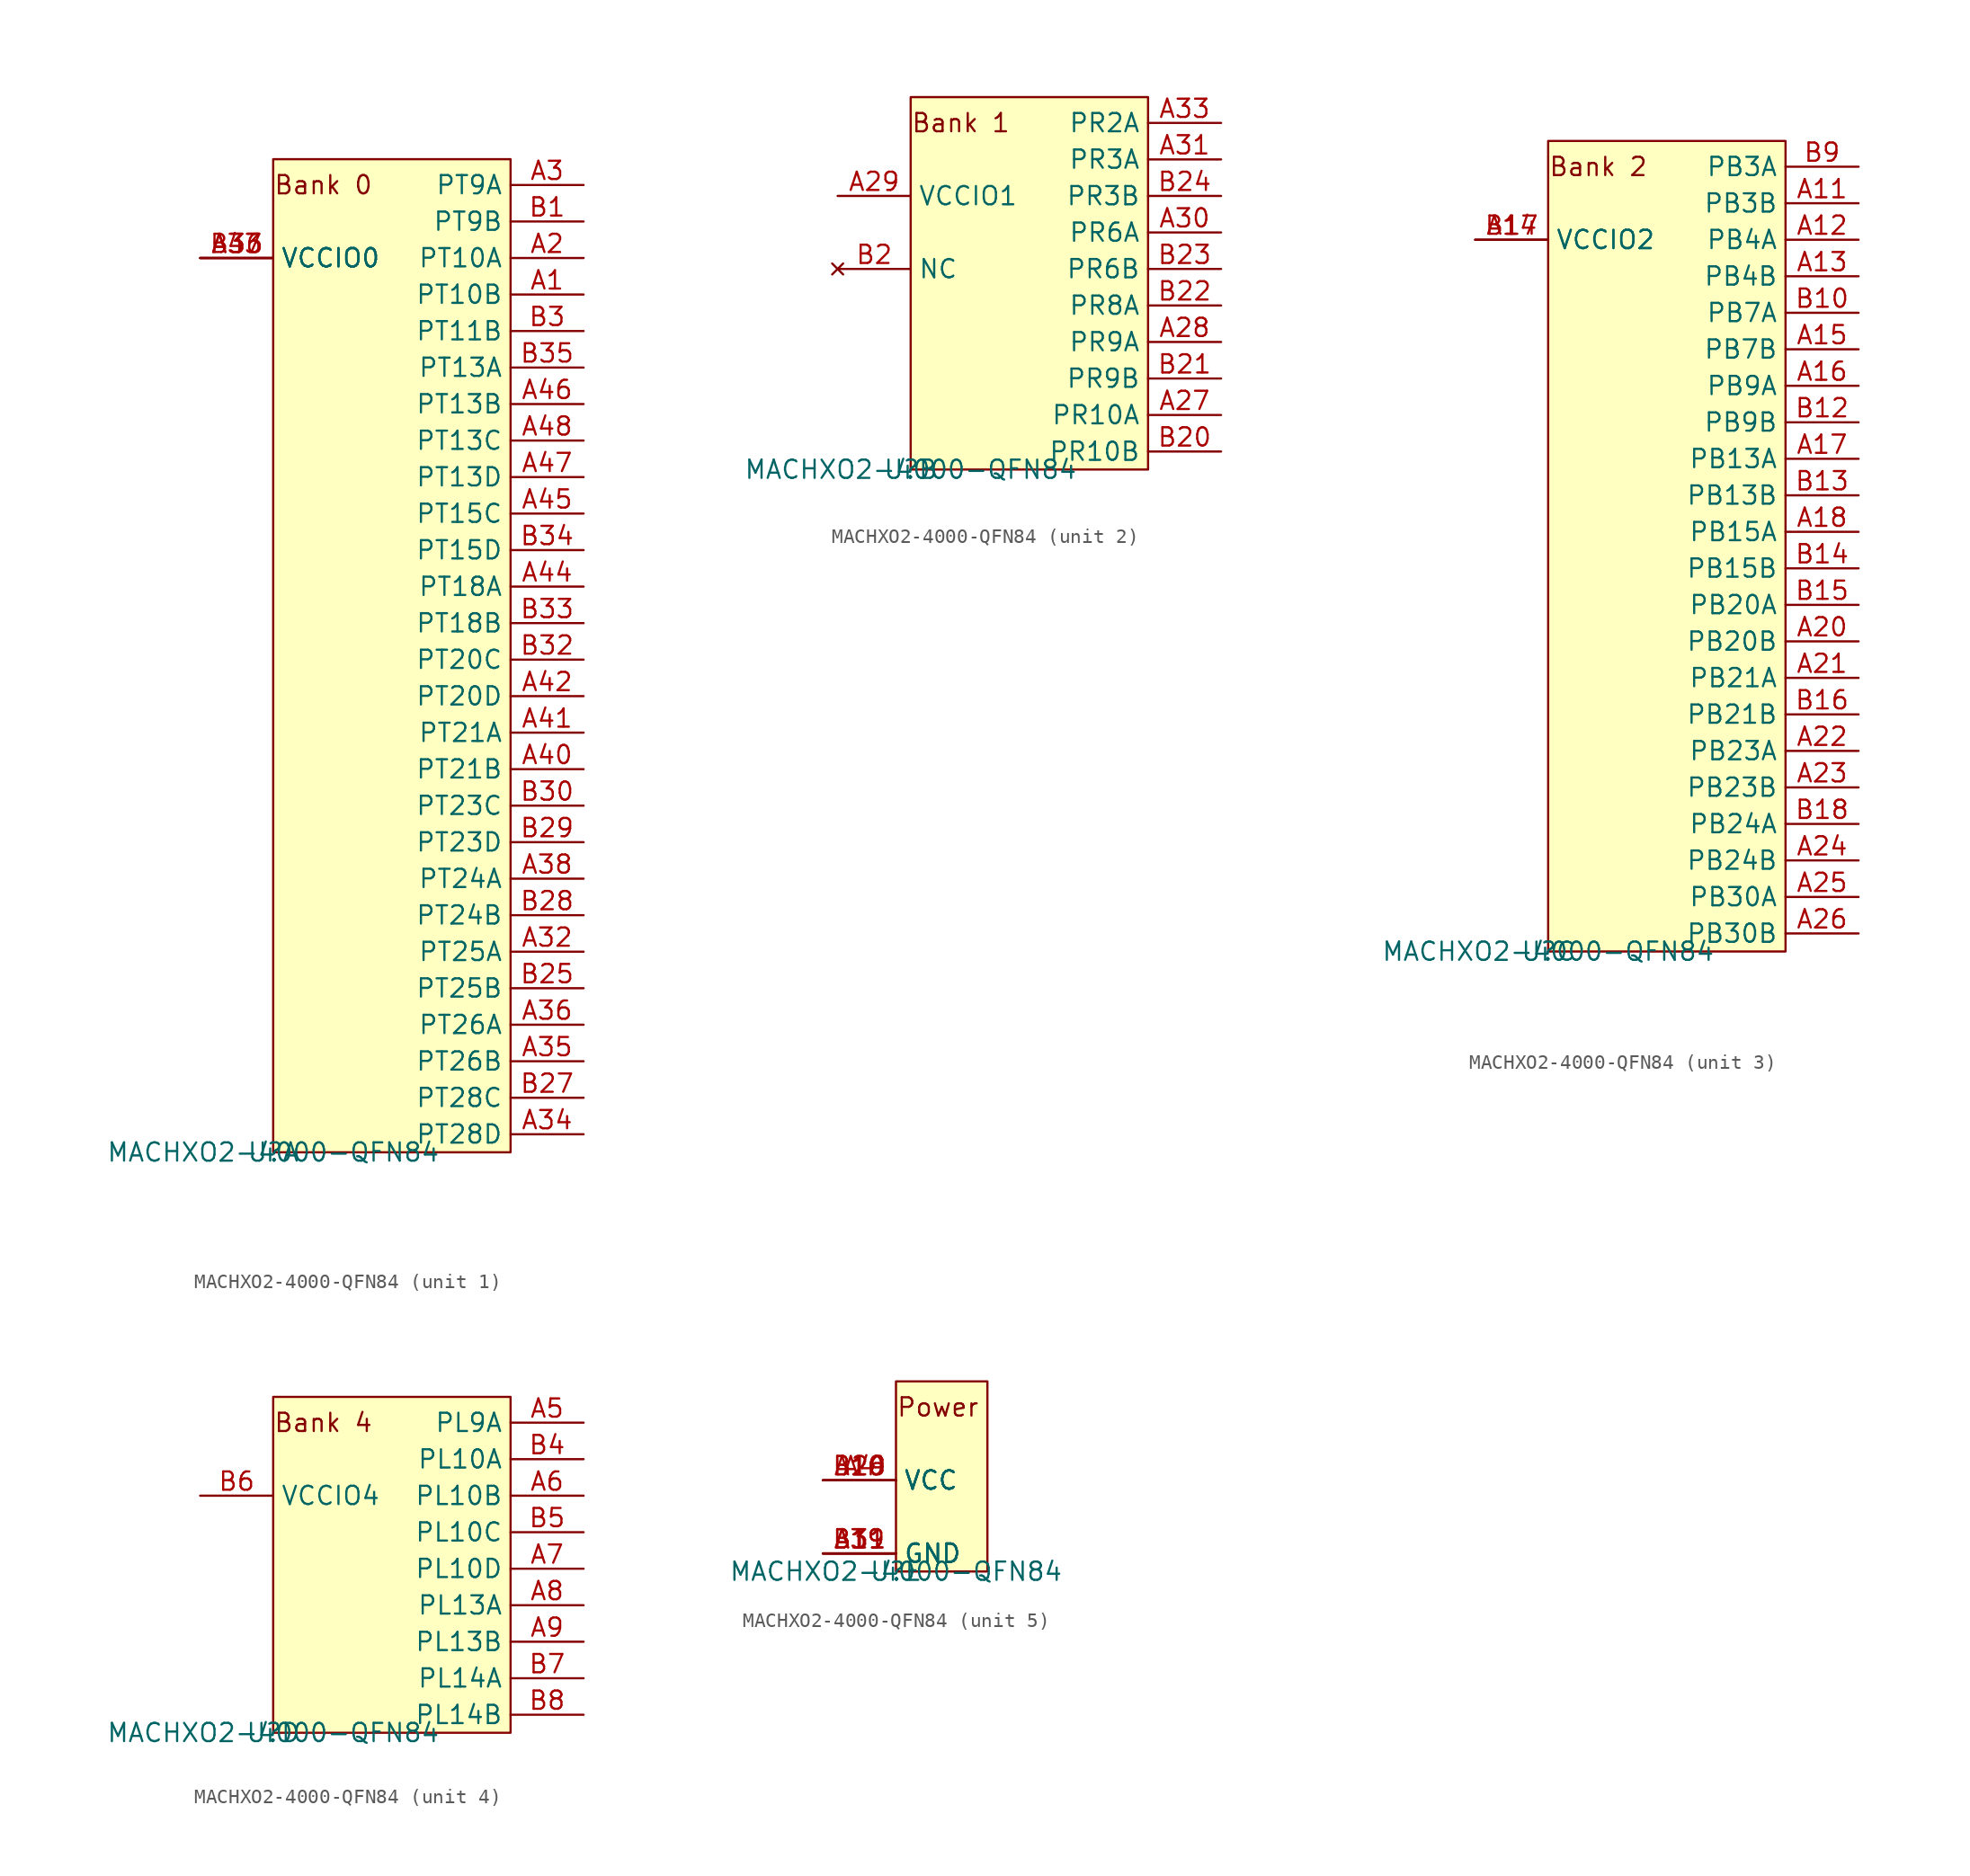
<source format=kicad_sym>
(kicad_symbol_lib
  (version 20211014)
  (generator kicad_symbol_editor)
  (symbol "MACHXO2-4000-QFN84"
    (property "Reference" "U"
      (at 0 0 0)
      (effects (font (size 1.27 1.27))))
    (property "Value" "MACHXO2-4000-QFN84"
      (at 0 0 0)
      (effects (font (size 1.27 1.27))))
    (property "ki_locked" ""
      (at 0 0 0)
      (effects (font (size 1.27 1.27))))
    (symbol "MACHXO2-4000-QFN84_1_0"
      (pin power_in line (at -5.08 62.214 0) (length 5.08) (name "VCCIO0" (effects (font (size 1.27 1.27)))) (number "A37" (effects (font (size 1.27 1.27)))))
      (pin power_in line (at -5.08 62.214 0) (length 5.08) (name "VCCIO0" (effects (font (size 1.27 1.27)))) (number "A43" (effects (font (size 1.27 1.27)))))
      (pin power_in line (at -5.08 62.214 0) (length 5.08) (name "VCCIO0" (effects (font (size 1.27 1.27)))) (number "B36" (effects (font (size 1.27 1.27)))))
      (pin bidirectional line (at 21.59 67.294 180) (length 5.08) (name "PT9A" (effects (font (size 1.27 1.27)))) (number "A3" (effects (font (size 1.27 1.27)))))
      (pin bidirectional line (at 21.59 64.754 180) (length 5.08) (name "PT9B" (effects (font (size 1.27 1.27)))) (number "B1" (effects (font (size 1.27 1.27)))))
      (pin bidirectional line (at 21.59 62.214 180) (length 5.08) (name "PT10A" (effects (font (size 1.27 1.27)))) (number "A2" (effects (font (size 1.27 1.27)))))
      (pin bidirectional line (at 21.59 59.674 180) (length 5.08) (name "PT10B" (effects (font (size 1.27 1.27)))) (number "A1" (effects (font (size 1.27 1.27)))))
      (pin bidirectional line (at 21.59 57.134 180) (length 5.08) (name "PT11B" (effects (font (size 1.27 1.27)))) (number "B3" (effects (font (size 1.27 1.27)))))
      (pin bidirectional line (at 21.59 54.594 180) (length 5.08) (name "PT13A" (effects (font (size 1.27 1.27)))) (number "B35" (effects (font (size 1.27 1.27)))))
      (pin bidirectional line (at 21.59 52.054 180) (length 5.08) (name "PT13B" (effects (font (size 1.27 1.27)))) (number "A46" (effects (font (size 1.27 1.27)))))
      (pin bidirectional line (at 21.59 49.514 180) (length 5.08) (name "PT13C" (effects (font (size 1.27 1.27)))) (number "A48" (effects (font (size 1.27 1.27)))))
      (pin bidirectional line (at 21.59 46.974 180) (length 5.08) (name "PT13D" (effects (font (size 1.27 1.27)))) (number "A47" (effects (font (size 1.27 1.27)))))
      (pin bidirectional line (at 21.59 44.434 180) (length 5.08) (name "PT15C" (effects (font (size 1.27 1.27)))) (number "A45" (effects (font (size 1.27 1.27)))))
      (pin bidirectional line (at 21.59 41.894 180) (length 5.08) (name "PT15D" (effects (font (size 1.27 1.27)))) (number "B34" (effects (font (size 1.27 1.27)))))
      (pin bidirectional line (at 21.59 39.354 180) (length 5.08) (name "PT18A" (effects (font (size 1.27 1.27)))) (number "A44" (effects (font (size 1.27 1.27)))))
      (pin bidirectional line (at 21.59 36.814 180) (length 5.08) (name "PT18B" (effects (font (size 1.27 1.27)))) (number "B33" (effects (font (size 1.27 1.27)))))
      (pin bidirectional line (at 21.59 34.274 180) (length 5.08) (name "PT20C" (effects (font (size 1.27 1.27)))) (number "B32" (effects (font (size 1.27 1.27)))))
      (pin bidirectional line (at 21.59 31.734 180) (length 5.08) (name "PT20D" (effects (font (size 1.27 1.27)))) (number "A42" (effects (font (size 1.27 1.27)))))
      (pin bidirectional line (at 21.59 29.194 180) (length 5.08) (name "PT21A" (effects (font (size 1.27 1.27)))) (number "A41" (effects (font (size 1.27 1.27)))))
      (pin bidirectional line (at 21.59 26.654 180) (length 5.08) (name "PT21B" (effects (font (size 1.27 1.27)))) (number "A40" (effects (font (size 1.27 1.27)))))
      (pin bidirectional line (at 21.59 24.114 180) (length 5.08) (name "PT23C" (effects (font (size 1.27 1.27)))) (number "B30" (effects (font (size 1.27 1.27)))))
      (pin bidirectional line (at 21.59 21.574 180) (length 5.08) (name "PT23D" (effects (font (size 1.27 1.27)))) (number "B29" (effects (font (size 1.27 1.27)))))
      (pin bidirectional line (at 21.59 19.034 180) (length 5.08) (name "PT24A" (effects (font (size 1.27 1.27)))) (number "A38" (effects (font (size 1.27 1.27)))))
      (pin bidirectional line (at 21.59 16.494 180) (length 5.08) (name "PT24B" (effects (font (size 1.27 1.27)))) (number "B28" (effects (font (size 1.27 1.27)))))
      (pin bidirectional line (at 21.59 13.954 180) (length 5.08) (name "PT25A" (effects (font (size 1.27 1.27)))) (number "A32" (effects (font (size 1.27 1.27)))))
      (pin bidirectional line (at 21.59 11.414 180) (length 5.08) (name "PT25B" (effects (font (size 1.27 1.27)))) (number "B25" (effects (font (size 1.27 1.27)))))
      (pin bidirectional line (at 21.59 8.874 180) (length 5.08) (name "PT26A" (effects (font (size 1.27 1.27)))) (number "A36" (effects (font (size 1.27 1.27)))))
      (pin bidirectional line (at 21.59 6.334 180) (length 5.08) (name "PT26B" (effects (font (size 1.27 1.27)))) (number "A35" (effects (font (size 1.27 1.27)))))
      (pin bidirectional line (at 21.59 3.794 180) (length 5.08) (name "PT28C" (effects (font (size 1.27 1.27)))) (number "B27" (effects (font (size 1.27 1.27)))))
      (pin bidirectional line (at 21.59 1.254 180) (length 5.08) (name "PT28D" (effects (font (size 1.27 1.27)))) (number "A34" (effects (font (size 1.27 1.27))))))
    (symbol "MACHXO2-4000-QFN84_1_1"
      (rectangle (start 0 0) (end 16.51 69.088) (stroke (width 0) (type default) (color 0 0 0 0)) (fill (type background)))
      (text "Bank 0" (at 0 67.294 0) (effects (font (size 1.27 1.27)) (justify left))))
    (symbol "MACHXO2-4000-QFN84_2_0"
      (pin power_in line (at -5.08 19.034 0) (length 5.08) (name "VCCIO1" (effects (font (size 1.27 1.27)))) (number "A29" (effects (font (size 1.27 1.27)))))
      (pin no_connect line (at -5.08 13.954 0) (length 5.08) (name "NC" (effects (font (size 1.27 1.27)))) (number "B2" (effects (font (size 1.27 1.27)))))
      (pin bidirectional line (at 21.59 24.114 180) (length 5.08) (name "PR2A" (effects (font (size 1.27 1.27)))) (number "A33" (effects (font (size 1.27 1.27)))))
      (pin bidirectional line (at 21.59 21.574 180) (length 5.08) (name "PR3A" (effects (font (size 1.27 1.27)))) (number "A31" (effects (font (size 1.27 1.27)))))
      (pin bidirectional line (at 21.59 19.034 180) (length 5.08) (name "PR3B" (effects (font (size 1.27 1.27)))) (number "B24" (effects (font (size 1.27 1.27)))))
      (pin bidirectional line (at 21.59 16.494 180) (length 5.08) (name "PR6A" (effects (font (size 1.27 1.27)))) (number "A30" (effects (font (size 1.27 1.27)))))
      (pin bidirectional line (at 21.59 13.954 180) (length 5.08) (name "PR6B" (effects (font (size 1.27 1.27)))) (number "B23" (effects (font (size 1.27 1.27)))))
      (pin bidirectional line (at 21.59 11.414 180) (length 5.08) (name "PR8A" (effects (font (size 1.27 1.27)))) (number "B22" (effects (font (size 1.27 1.27)))))
      (pin bidirectional line (at 21.59 8.874 180) (length 5.08) (name "PR9A" (effects (font (size 1.27 1.27)))) (number "A28" (effects (font (size 1.27 1.27)))))
      (pin bidirectional line (at 21.59 6.334 180) (length 5.08) (name "PR9B" (effects (font (size 1.27 1.27)))) (number "B21" (effects (font (size 1.27 1.27)))))
      (pin bidirectional line (at 21.59 3.794 180) (length 5.08) (name "PR10A" (effects (font (size 1.27 1.27)))) (number "A27" (effects (font (size 1.27 1.27)))))
      (pin bidirectional line (at 21.59 1.254 180) (length 5.08) (name "PR10B" (effects (font (size 1.27 1.27)))) (number "B20" (effects (font (size 1.27 1.27))))))
    (symbol "MACHXO2-4000-QFN84_2_1"
      (rectangle (start 0 0) (end 16.51 25.908) (stroke (width 0) (type default) (color 0 0 0 0)) (fill (type background)))
      (text "Bank 1" (at 0 24.114 0) (effects (font (size 1.27 1.27)) (justify left))))
    (symbol "MACHXO2-4000-QFN84_3_0"
      (pin power_in line (at -5.08 49.514 0) (length 5.08) (name "VCCIO2" (effects (font (size 1.27 1.27)))) (number "A14" (effects (font (size 1.27 1.27)))))
      (pin power_in line (at -5.08 49.514 0) (length 5.08) (name "VCCIO2" (effects (font (size 1.27 1.27)))) (number "B17" (effects (font (size 1.27 1.27)))))
      (pin bidirectional line (at 21.59 54.594 180) (length 5.08) (name "PB3A" (effects (font (size 1.27 1.27)))) (number "B9" (effects (font (size 1.27 1.27)))))
      (pin bidirectional line (at 21.59 52.054 180) (length 5.08) (name "PB3B" (effects (font (size 1.27 1.27)))) (number "A11" (effects (font (size 1.27 1.27)))))
      (pin bidirectional line (at 21.59 49.514 180) (length 5.08) (name "PB4A" (effects (font (size 1.27 1.27)))) (number "A12" (effects (font (size 1.27 1.27)))))
      (pin bidirectional line (at 21.59 46.974 180) (length 5.08) (name "PB4B" (effects (font (size 1.27 1.27)))) (number "A13" (effects (font (size 1.27 1.27)))))
      (pin bidirectional line (at 21.59 44.434 180) (length 5.08) (name "PB7A" (effects (font (size 1.27 1.27)))) (number "B10" (effects (font (size 1.27 1.27)))))
      (pin bidirectional line (at 21.59 41.894 180) (length 5.08) (name "PB7B" (effects (font (size 1.27 1.27)))) (number "A15" (effects (font (size 1.27 1.27)))))
      (pin bidirectional line (at 21.59 39.354 180) (length 5.08) (name "PB9A" (effects (font (size 1.27 1.27)))) (number "A16" (effects (font (size 1.27 1.27)))))
      (pin bidirectional line (at 21.59 36.814 180) (length 5.08) (name "PB9B" (effects (font (size 1.27 1.27)))) (number "B12" (effects (font (size 1.27 1.27)))))
      (pin bidirectional line (at 21.59 34.274 180) (length 5.08) (name "PB13A" (effects (font (size 1.27 1.27)))) (number "A17" (effects (font (size 1.27 1.27)))))
      (pin bidirectional line (at 21.59 31.734 180) (length 5.08) (name "PB13B" (effects (font (size 1.27 1.27)))) (number "B13" (effects (font (size 1.27 1.27)))))
      (pin bidirectional line (at 21.59 29.194 180) (length 5.08) (name "PB15A" (effects (font (size 1.27 1.27)))) (number "A18" (effects (font (size 1.27 1.27)))))
      (pin bidirectional line (at 21.59 26.654 180) (length 5.08) (name "PB15B" (effects (font (size 1.27 1.27)))) (number "B14" (effects (font (size 1.27 1.27)))))
      (pin bidirectional line (at 21.59 24.114 180) (length 5.08) (name "PB20A" (effects (font (size 1.27 1.27)))) (number "B15" (effects (font (size 1.27 1.27)))))
      (pin bidirectional line (at 21.59 21.574 180) (length 5.08) (name "PB20B" (effects (font (size 1.27 1.27)))) (number "A20" (effects (font (size 1.27 1.27)))))
      (pin bidirectional line (at 21.59 19.034 180) (length 5.08) (name "PB21A" (effects (font (size 1.27 1.27)))) (number "A21" (effects (font (size 1.27 1.27)))))
      (pin bidirectional line (at 21.59 16.494 180) (length 5.08) (name "PB21B" (effects (font (size 1.27 1.27)))) (number "B16" (effects (font (size 1.27 1.27)))))
      (pin bidirectional line (at 21.59 13.954 180) (length 5.08) (name "PB23A" (effects (font (size 1.27 1.27)))) (number "A22" (effects (font (size 1.27 1.27)))))
      (pin bidirectional line (at 21.59 11.414 180) (length 5.08) (name "PB23B" (effects (font (size 1.27 1.27)))) (number "A23" (effects (font (size 1.27 1.27)))))
      (pin bidirectional line (at 21.59 8.874 180) (length 5.08) (name "PB24A" (effects (font (size 1.27 1.27)))) (number "B18" (effects (font (size 1.27 1.27)))))
      (pin bidirectional line (at 21.59 6.334 180) (length 5.08) (name "PB24B" (effects (font (size 1.27 1.27)))) (number "A24" (effects (font (size 1.27 1.27)))))
      (pin bidirectional line (at 21.59 3.794 180) (length 5.08) (name "PB30A" (effects (font (size 1.27 1.27)))) (number "A25" (effects (font (size 1.27 1.27)))))
      (pin bidirectional line (at 21.59 1.254 180) (length 5.08) (name "PB30B" (effects (font (size 1.27 1.27)))) (number "A26" (effects (font (size 1.27 1.27))))))
    (symbol "MACHXO2-4000-QFN84_3_1"
      (rectangle (start 0 0) (end 16.51 56.388) (stroke (width 0) (type default) (color 0 0 0 0)) (fill (type background)))
      (text "Bank 2" (at 0 54.594 0) (effects (font (size 1.27 1.27)) (justify left))))
    (symbol "MACHXO2-4000-QFN84_4_0"
      (pin power_in line (at -5.08 16.494 0) (length 5.08) (name "VCCIO4" (effects (font (size 1.27 1.27)))) (number "B6" (effects (font (size 1.27 1.27)))))
      (pin bidirectional line (at 21.59 21.574 180) (length 5.08) (name "PL9A" (effects (font (size 1.27 1.27)))) (number "A5" (effects (font (size 1.27 1.27)))))
      (pin bidirectional line (at 21.59 19.034 180) (length 5.08) (name "PL10A" (effects (font (size 1.27 1.27)))) (number "B4" (effects (font (size 1.27 1.27)))))
      (pin bidirectional line (at 21.59 16.494 180) (length 5.08) (name "PL10B" (effects (font (size 1.27 1.27)))) (number "A6" (effects (font (size 1.27 1.27)))))
      (pin bidirectional line (at 21.59 13.954 180) (length 5.08) (name "PL10C" (effects (font (size 1.27 1.27)))) (number "B5" (effects (font (size 1.27 1.27)))))
      (pin bidirectional line (at 21.59 11.414 180) (length 5.08) (name "PL10D" (effects (font (size 1.27 1.27)))) (number "A7" (effects (font (size 1.27 1.27)))))
      (pin bidirectional line (at 21.59 8.874 180) (length 5.08) (name "PL13A" (effects (font (size 1.27 1.27)))) (number "A8" (effects (font (size 1.27 1.27)))))
      (pin bidirectional line (at 21.59 6.334 180) (length 5.08) (name "PL13B" (effects (font (size 1.27 1.27)))) (number "A9" (effects (font (size 1.27 1.27)))))
      (pin bidirectional line (at 21.59 3.794 180) (length 5.08) (name "PL14A" (effects (font (size 1.27 1.27)))) (number "B7" (effects (font (size 1.27 1.27)))))
      (pin bidirectional line (at 21.59 1.254 180) (length 5.08) (name "PL14B" (effects (font (size 1.27 1.27)))) (number "B8" (effects (font (size 1.27 1.27))))))
    (symbol "MACHXO2-4000-QFN84_4_1"
      (rectangle (start 0 0) (end 16.51 23.368) (stroke (width 0) (type default) (color 0 0 0 0)) (fill (type background)))
      (text "Bank 4" (at 0 21.574 0) (effects (font (size 1.27 1.27)) (justify left))))
    (symbol "MACHXO2-4000-QFN84_5_0"
      (pin power_in line (at -5.08 6.334 0) (length 5.08) (name "VCC" (effects (font (size 1.27 1.27)))) (number "A4" (effects (font (size 1.27 1.27)))))
      (pin power_in line (at -5.08 6.334 0) (length 5.08) (name "VCC" (effects (font (size 1.27 1.27)))) (number "A10" (effects (font (size 1.27 1.27)))))
      (pin power_in line (at -5.08 6.334 0) (length 5.08) (name "VCC" (effects (font (size 1.27 1.27)))) (number "B19" (effects (font (size 1.27 1.27)))))
      (pin power_in line (at -5.08 6.334 0) (length 5.08) (name "VCC" (effects (font (size 1.27 1.27)))) (number "B26" (effects (font (size 1.27 1.27)))))
      (pin power_in line (at -5.08 1.254 0) (length 5.08) (name "GND" (effects (font (size 1.27 1.27)))) (number "B11" (effects (font (size 1.27 1.27)))))
      (pin power_in line (at -5.08 1.254 0) (length 5.08) (name "GND" (effects (font (size 1.27 1.27)))) (number "A19" (effects (font (size 1.27 1.27)))))
      (pin power_in line (at -5.08 1.254 0) (length 5.08) (name "GND" (effects (font (size 1.27 1.27)))) (number "A39" (effects (font (size 1.27 1.27)))))
      (pin power_in line (at -5.08 1.254 0) (length 5.08) (name "GND" (effects (font (size 1.27 1.27)))) (number "B31" (effects (font (size 1.27 1.27))))))
    (symbol "MACHXO2-4000-QFN84_5_1"
      (rectangle (start 0 0) (end 6.35 13.208) (stroke (width 0) (type default) (color 0 0 0 0)) (fill (type background)))
      (text "Power" (at 0 11.414 0) (effects (font (size 1.27 1.27)) (justify left))))))
</source>
